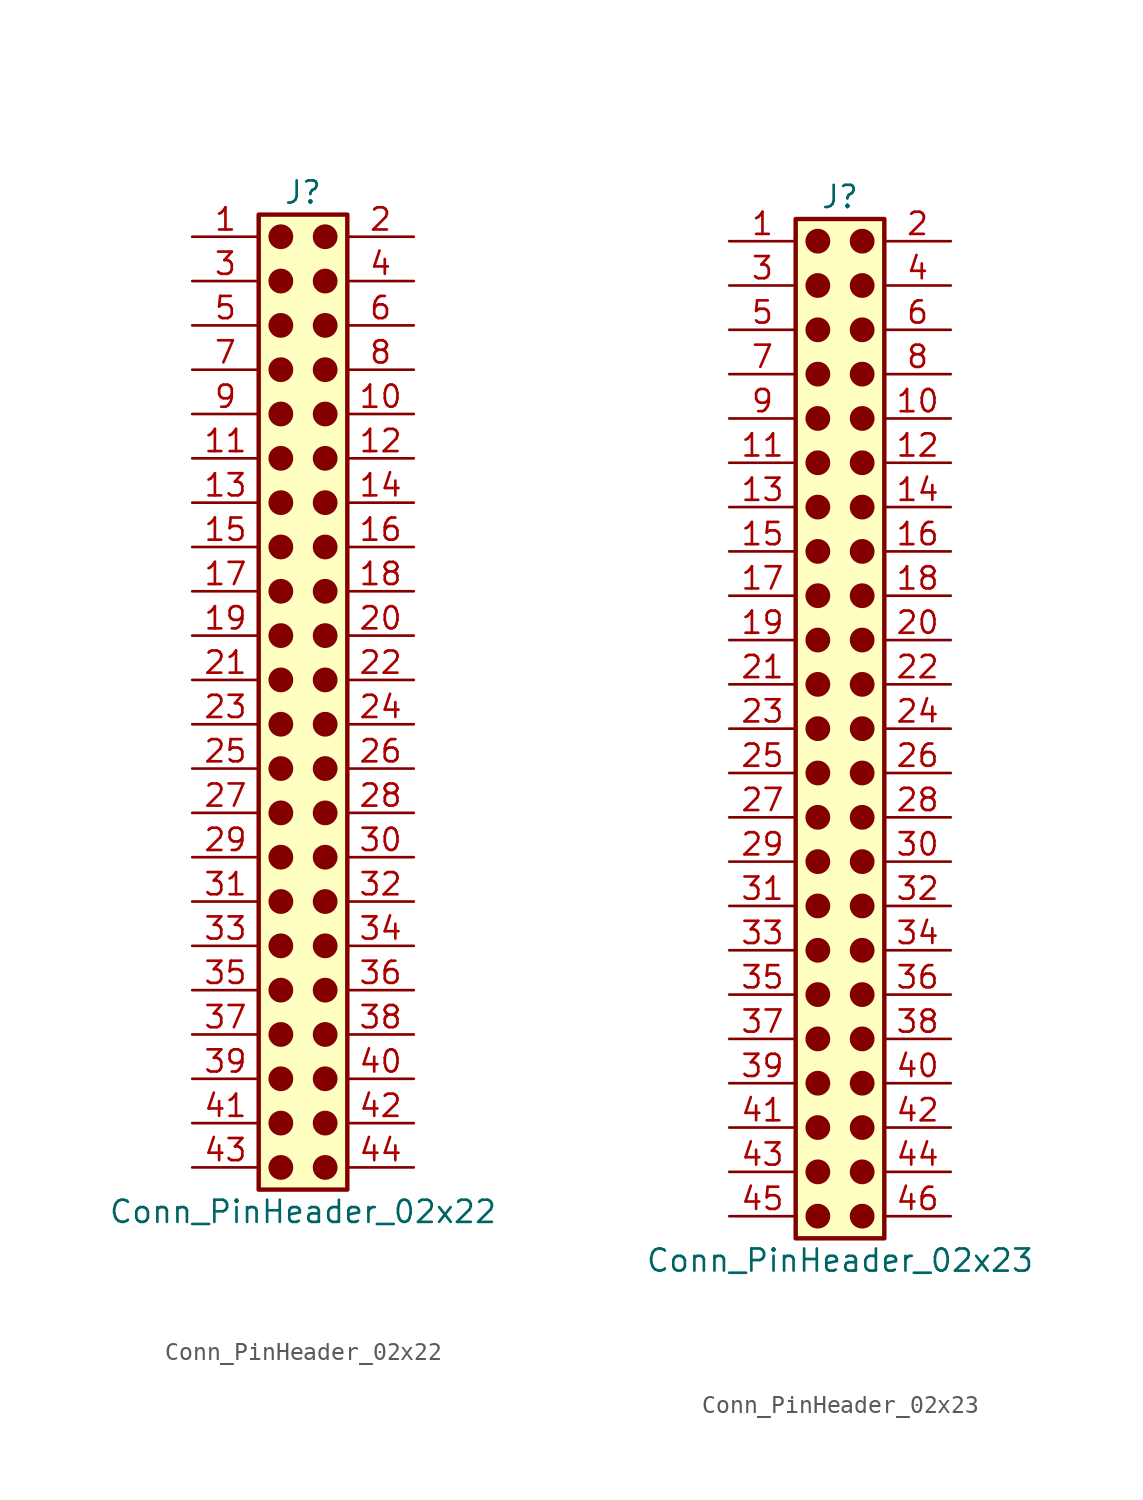
<source format=kicad_sym>
(kicad_symbol_lib
  (version 20241209)
  (generator "kicad_symbol_editor")
  (generator_version "9.0")
  (symbol "Conn_PinHeader_02x22"
    (pin_names
      (offset 1.016)
      (hide yes))
    (property "Reference" "J"
      (at 1.27 27.94 0)
      (effects (font (size 1.27 1.27))))
    (property "Value" "Conn_PinHeader_02x22"
      (at 1.27 -30.48 0)
      (effects (font (size 1.27 1.27))))
    (symbol "Conn_PinHeader_02x22_1_1"
      (rectangle (start -1.27 26.67) (end 3.81 -29.21) (stroke (width 0.254) (type default)) (fill (type background)))
      (circle (center 0 25.4) (radius 0.635) (stroke (width 0) (type solid) (color 132 0 0 1)) (fill (type outline)))
      (circle (center 0 22.86) (radius 0.635) (stroke (width 0) (type solid) (color 132 0 0 1)) (fill (type outline)))
      (circle (center 0 20.32) (radius 0.635) (stroke (width 0) (type solid) (color 132 0 0 1)) (fill (type outline)))
      (circle (center 0 17.78) (radius 0.635) (stroke (width 0) (type solid) (color 132 0 0 1)) (fill (type outline)))
      (circle (center 0 15.24) (radius 0.635) (stroke (width 0) (type solid) (color 132 0 0 1)) (fill (type outline)))
      (circle (center 0 12.7) (radius 0.635) (stroke (width 0) (type solid) (color 132 0 0 1)) (fill (type outline)))
      (circle (center 0 10.16) (radius 0.635) (stroke (width 0) (type solid) (color 132 0 0 1)) (fill (type outline)))
      (circle (center 0 7.62) (radius 0.635) (stroke (width 0) (type solid) (color 132 0 0 1)) (fill (type outline)))
      (circle (center 0 5.08) (radius 0.635) (stroke (width 0) (type solid) (color 132 0 0 1)) (fill (type outline)))
      (circle (center 0 2.54) (radius 0.635) (stroke (width 0) (type solid) (color 132 0 0 1)) (fill (type outline)))
      (circle (center 0 0) (radius 0.635) (stroke (width 0) (type solid) (color 132 0 0 1)) (fill (type outline)))
      (circle (center 0 -2.54) (radius 0.635) (stroke (width 0) (type solid) (color 132 0 0 1)) (fill (type outline)))
      (circle (center 0 -5.08) (radius 0.635) (stroke (width 0) (type solid) (color 132 0 0 1)) (fill (type outline)))
      (circle (center 0 -7.62) (radius 0.635) (stroke (width 0) (type solid) (color 132 0 0 1)) (fill (type outline)))
      (circle (center 0 -10.16) (radius 0.635) (stroke (width 0) (type solid) (color 132 0 0 1)) (fill (type outline)))
      (circle (center 0 -12.7) (radius 0.635) (stroke (width 0) (type solid) (color 132 0 0 1)) (fill (type outline)))
      (circle (center 0 -15.24) (radius 0.635) (stroke (width 0) (type solid) (color 132 0 0 1)) (fill (type outline)))
      (circle (center 0 -17.78) (radius 0.635) (stroke (width 0) (type solid) (color 132 0 0 1)) (fill (type outline)))
      (circle (center 0 -20.32) (radius 0.635) (stroke (width 0) (type solid) (color 132 0 0 1)) (fill (type outline)))
      (circle (center 0 -22.86) (radius 0.635) (stroke (width 0) (type solid) (color 132 0 0 1)) (fill (type outline)))
      (circle (center 0 -25.4) (radius 0.635) (stroke (width 0) (type solid) (color 132 0 0 1)) (fill (type outline)))
      (circle (center 0 -27.94) (radius 0.635) (stroke (width 0) (type solid) (color 132 0 0 1)) (fill (type outline)))
      (circle (center 2.54 25.4) (radius 0.635) (stroke (width 0) (type solid) (color 132 0 0 1)) (fill (type outline)))
      (circle (center 2.54 22.86) (radius 0.635) (stroke (width 0) (type solid) (color 132 0 0 1)) (fill (type outline)))
      (circle (center 2.54 20.32) (radius 0.635) (stroke (width 0) (type solid) (color 132 0 0 1)) (fill (type outline)))
      (circle (center 2.54 17.78) (radius 0.635) (stroke (width 0) (type solid) (color 132 0 0 1)) (fill (type outline)))
      (circle (center 2.54 15.24) (radius 0.635) (stroke (width 0) (type solid) (color 132 0 0 1)) (fill (type outline)))
      (circle (center 2.54 12.7) (radius 0.635) (stroke (width 0) (type solid) (color 132 0 0 1)) (fill (type outline)))
      (circle (center 2.54 10.16) (radius 0.635) (stroke (width 0) (type solid) (color 132 0 0 1)) (fill (type outline)))
      (circle (center 2.54 7.62) (radius 0.635) (stroke (width 0) (type solid) (color 132 0 0 1)) (fill (type outline)))
      (circle (center 2.54 5.08) (radius 0.635) (stroke (width 0) (type solid) (color 132 0 0 1)) (fill (type outline)))
      (circle (center 2.54 2.54) (radius 0.635) (stroke (width 0) (type solid) (color 132 0 0 1)) (fill (type outline)))
      (circle (center 2.54 0) (radius 0.635) (stroke (width 0) (type solid) (color 132 0 0 1)) (fill (type outline)))
      (circle (center 2.54 -2.54) (radius 0.635) (stroke (width 0) (type solid) (color 132 0 0 1)) (fill (type outline)))
      (circle (center 2.54 -5.08) (radius 0.635) (stroke (width 0) (type solid) (color 132 0 0 1)) (fill (type outline)))
      (circle (center 2.54 -7.62) (radius 0.635) (stroke (width 0) (type solid) (color 132 0 0 1)) (fill (type outline)))
      (circle (center 2.54 -10.16) (radius 0.635) (stroke (width 0) (type solid) (color 132 0 0 1)) (fill (type outline)))
      (circle (center 2.54 -12.7) (radius 0.635) (stroke (width 0) (type solid) (color 132 0 0 1)) (fill (type outline)))
      (circle (center 2.54 -15.24) (radius 0.635) (stroke (width 0) (type solid) (color 132 0 0 1)) (fill (type outline)))
      (circle (center 2.54 -17.78) (radius 0.635) (stroke (width 0) (type solid) (color 132 0 0 1)) (fill (type outline)))
      (circle (center 2.54 -20.32) (radius 0.635) (stroke (width 0) (type solid) (color 132 0 0 1)) (fill (type outline)))
      (circle (center 2.54 -22.86) (radius 0.635) (stroke (width 0) (type solid) (color 132 0 0 1)) (fill (type outline)))
      (circle (center 2.54 -25.4) (radius 0.635) (stroke (width 0) (type solid) (color 132 0 0 1)) (fill (type outline)))
      (circle (center 2.54 -27.94) (radius 0.635) (stroke (width 0) (type solid) (color 132 0 0 1)) (fill (type outline)))
      (pin passive line (at -5.08 25.4 0) (length 3.81) (name "Pin_1" (effects (font (size 1.27 1.27)))) (number "1" (effects (font (size 1.27 1.27)))))
      (pin passive line (at -5.08 22.86 0) (length 3.81) (name "Pin_3" (effects (font (size 1.27 1.27)))) (number "3" (effects (font (size 1.27 1.27)))))
      (pin passive line (at -5.08 20.32 0) (length 3.81) (name "Pin_5" (effects (font (size 1.27 1.27)))) (number "5" (effects (font (size 1.27 1.27)))))
      (pin passive line (at -5.08 17.78 0) (length 3.81) (name "Pin_7" (effects (font (size 1.27 1.27)))) (number "7" (effects (font (size 1.27 1.27)))))
      (pin passive line (at -5.08 15.24 0) (length 3.81) (name "Pin_9" (effects (font (size 1.27 1.27)))) (number "9" (effects (font (size 1.27 1.27)))))
      (pin passive line (at -5.08 12.7 0) (length 3.81) (name "Pin_11" (effects (font (size 1.27 1.27)))) (number "11" (effects (font (size 1.27 1.27)))))
      (pin passive line (at -5.08 10.16 0) (length 3.81) (name "Pin_13" (effects (font (size 1.27 1.27)))) (number "13" (effects (font (size 1.27 1.27)))))
      (pin passive line (at -5.08 7.62 0) (length 3.81) (name "Pin_15" (effects (font (size 1.27 1.27)))) (number "15" (effects (font (size 1.27 1.27)))))
      (pin passive line (at -5.08 5.08 0) (length 3.81) (name "Pin_17" (effects (font (size 1.27 1.27)))) (number "17" (effects (font (size 1.27 1.27)))))
      (pin passive line (at -5.08 2.54 0) (length 3.81) (name "Pin_19" (effects (font (size 1.27 1.27)))) (number "19" (effects (font (size 1.27 1.27)))))
      (pin passive line (at -5.08 0 0) (length 3.81) (name "Pin_21" (effects (font (size 1.27 1.27)))) (number "21" (effects (font (size 1.27 1.27)))))
      (pin passive line (at -5.08 -2.54 0) (length 3.81) (name "Pin_23" (effects (font (size 1.27 1.27)))) (number "23" (effects (font (size 1.27 1.27)))))
      (pin passive line (at -5.08 -5.08 0) (length 3.81) (name "Pin_25" (effects (font (size 1.27 1.27)))) (number "25" (effects (font (size 1.27 1.27)))))
      (pin passive line (at -5.08 -7.62 0) (length 3.81) (name "Pin_27" (effects (font (size 1.27 1.27)))) (number "27" (effects (font (size 1.27 1.27)))))
      (pin passive line (at -5.08 -10.16 0) (length 3.81) (name "Pin_29" (effects (font (size 1.27 1.27)))) (number "29" (effects (font (size 1.27 1.27)))))
      (pin passive line (at -5.08 -12.7 0) (length 3.81) (name "Pin_31" (effects (font (size 1.27 1.27)))) (number "31" (effects (font (size 1.27 1.27)))))
      (pin passive line (at -5.08 -15.24 0) (length 3.81) (name "Pin_33" (effects (font (size 1.27 1.27)))) (number "33" (effects (font (size 1.27 1.27)))))
      (pin passive line (at -5.08 -17.78 0) (length 3.81) (name "Pin_35" (effects (font (size 1.27 1.27)))) (number "35" (effects (font (size 1.27 1.27)))))
      (pin passive line (at -5.08 -20.32 0) (length 3.81) (name "Pin_37" (effects (font (size 1.27 1.27)))) (number "37" (effects (font (size 1.27 1.27)))))
      (pin passive line (at -5.08 -22.86 0) (length 3.81) (name "Pin_39" (effects (font (size 1.27 1.27)))) (number "39" (effects (font (size 1.27 1.27)))))
      (pin passive line (at -5.08 -25.4 0) (length 3.81) (name "Pin_41" (effects (font (size 1.27 1.27)))) (number "41" (effects (font (size 1.27 1.27)))))
      (pin passive line (at -5.08 -27.94 0) (length 3.81) (name "Pin_43" (effects (font (size 1.27 1.27)))) (number "43" (effects (font (size 1.27 1.27)))))
      (pin passive line (at 7.62 25.4 180) (length 3.81) (name "Pin_2" (effects (font (size 1.27 1.27)))) (number "2" (effects (font (size 1.27 1.27)))))
      (pin passive line (at 7.62 22.86 180) (length 3.81) (name "Pin_4" (effects (font (size 1.27 1.27)))) (number "4" (effects (font (size 1.27 1.27)))))
      (pin passive line (at 7.62 20.32 180) (length 3.81) (name "Pin_6" (effects (font (size 1.27 1.27)))) (number "6" (effects (font (size 1.27 1.27)))))
      (pin passive line (at 7.62 17.78 180) (length 3.81) (name "Pin_8" (effects (font (size 1.27 1.27)))) (number "8" (effects (font (size 1.27 1.27)))))
      (pin passive line (at 7.62 15.24 180) (length 3.81) (name "Pin_10" (effects (font (size 1.27 1.27)))) (number "10" (effects (font (size 1.27 1.27)))))
      (pin passive line (at 7.62 12.7 180) (length 3.81) (name "Pin_12" (effects (font (size 1.27 1.27)))) (number "12" (effects (font (size 1.27 1.27)))))
      (pin passive line (at 7.62 10.16 180) (length 3.81) (name "Pin_14" (effects (font (size 1.27 1.27)))) (number "14" (effects (font (size 1.27 1.27)))))
      (pin passive line (at 7.62 7.62 180) (length 3.81) (name "Pin_16" (effects (font (size 1.27 1.27)))) (number "16" (effects (font (size 1.27 1.27)))))
      (pin passive line (at 7.62 5.08 180) (length 3.81) (name "Pin_18" (effects (font (size 1.27 1.27)))) (number "18" (effects (font (size 1.27 1.27)))))
      (pin passive line (at 7.62 2.54 180) (length 3.81) (name "Pin_20" (effects (font (size 1.27 1.27)))) (number "20" (effects (font (size 1.27 1.27)))))
      (pin passive line (at 7.62 0 180) (length 3.81) (name "Pin_22" (effects (font (size 1.27 1.27)))) (number "22" (effects (font (size 1.27 1.27)))))
      (pin passive line (at 7.62 -2.54 180) (length 3.81) (name "Pin_24" (effects (font (size 1.27 1.27)))) (number "24" (effects (font (size 1.27 1.27)))))
      (pin passive line (at 7.62 -5.08 180) (length 3.81) (name "Pin_26" (effects (font (size 1.27 1.27)))) (number "26" (effects (font (size 1.27 1.27)))))
      (pin passive line (at 7.62 -7.62 180) (length 3.81) (name "Pin_28" (effects (font (size 1.27 1.27)))) (number "28" (effects (font (size 1.27 1.27)))))
      (pin passive line (at 7.62 -10.16 180) (length 3.81) (name "Pin_30" (effects (font (size 1.27 1.27)))) (number "30" (effects (font (size 1.27 1.27)))))
      (pin passive line (at 7.62 -12.7 180) (length 3.81) (name "Pin_32" (effects (font (size 1.27 1.27)))) (number "32" (effects (font (size 1.27 1.27)))))
      (pin passive line (at 7.62 -15.24 180) (length 3.81) (name "Pin_34" (effects (font (size 1.27 1.27)))) (number "34" (effects (font (size 1.27 1.27)))))
      (pin passive line (at 7.62 -17.78 180) (length 3.81) (name "Pin_36" (effects (font (size 1.27 1.27)))) (number "36" (effects (font (size 1.27 1.27)))))
      (pin passive line (at 7.62 -20.32 180) (length 3.81) (name "Pin_38" (effects (font (size 1.27 1.27)))) (number "38" (effects (font (size 1.27 1.27)))))
      (pin passive line (at 7.62 -22.86 180) (length 3.81) (name "Pin_40" (effects (font (size 1.27 1.27)))) (number "40" (effects (font (size 1.27 1.27)))))
      (pin passive line (at 7.62 -25.4 180) (length 3.81) (name "Pin_42" (effects (font (size 1.27 1.27)))) (number "42" (effects (font (size 1.27 1.27)))))
      (pin passive line (at 7.62 -27.94 180) (length 3.81) (name "Pin_44" (effects (font (size 1.27 1.27)))) (number "44" (effects (font (size 1.27 1.27)))))))
  (symbol "Conn_PinHeader_02x23"
    (pin_names
      (offset 1.016)
      (hide yes))
    (property "Reference" "J"
      (at 1.27 30.48 0)
      (effects (font (size 1.27 1.27))))
    (property "Value" "Conn_PinHeader_02x23"
      (at 1.27 -30.48 0)
      (effects (font (size 1.27 1.27))))
    (symbol "Conn_PinHeader_02x23_1_1"
      (rectangle (start -1.27 29.21) (end 3.81 -29.21) (stroke (width 0.254) (type default)) (fill (type background)))
      (circle (center 0 27.94) (radius 0.635) (stroke (width 0) (type solid) (color 132 0 0 1)) (fill (type outline)))
      (circle (center 0 25.4) (radius 0.635) (stroke (width 0) (type solid) (color 132 0 0 1)) (fill (type outline)))
      (circle (center 0 22.86) (radius 0.635) (stroke (width 0) (type solid) (color 132 0 0 1)) (fill (type outline)))
      (circle (center 0 20.32) (radius 0.635) (stroke (width 0) (type solid) (color 132 0 0 1)) (fill (type outline)))
      (circle (center 0 17.78) (radius 0.635) (stroke (width 0) (type solid) (color 132 0 0 1)) (fill (type outline)))
      (circle (center 0 15.24) (radius 0.635) (stroke (width 0) (type solid) (color 132 0 0 1)) (fill (type outline)))
      (circle (center 0 12.7) (radius 0.635) (stroke (width 0) (type solid) (color 132 0 0 1)) (fill (type outline)))
      (circle (center 0 10.16) (radius 0.635) (stroke (width 0) (type solid) (color 132 0 0 1)) (fill (type outline)))
      (circle (center 0 7.62) (radius 0.635) (stroke (width 0) (type solid) (color 132 0 0 1)) (fill (type outline)))
      (circle (center 0 5.08) (radius 0.635) (stroke (width 0) (type solid) (color 132 0 0 1)) (fill (type outline)))
      (circle (center 0 2.54) (radius 0.635) (stroke (width 0) (type solid) (color 132 0 0 1)) (fill (type outline)))
      (circle (center 0 0) (radius 0.635) (stroke (width 0) (type solid) (color 132 0 0 1)) (fill (type outline)))
      (circle (center 0 -2.54) (radius 0.635) (stroke (width 0) (type solid) (color 132 0 0 1)) (fill (type outline)))
      (circle (center 0 -5.08) (radius 0.635) (stroke (width 0) (type solid) (color 132 0 0 1)) (fill (type outline)))
      (circle (center 0 -7.62) (radius 0.635) (stroke (width 0) (type solid) (color 132 0 0 1)) (fill (type outline)))
      (circle (center 0 -10.16) (radius 0.635) (stroke (width 0) (type solid) (color 132 0 0 1)) (fill (type outline)))
      (circle (center 0 -12.7) (radius 0.635) (stroke (width 0) (type solid) (color 132 0 0 1)) (fill (type outline)))
      (circle (center 0 -15.24) (radius 0.635) (stroke (width 0) (type solid) (color 132 0 0 1)) (fill (type outline)))
      (circle (center 0 -17.78) (radius 0.635) (stroke (width 0) (type solid) (color 132 0 0 1)) (fill (type outline)))
      (circle (center 0 -20.32) (radius 0.635) (stroke (width 0) (type solid) (color 132 0 0 1)) (fill (type outline)))
      (circle (center 0 -22.86) (radius 0.635) (stroke (width 0) (type solid) (color 132 0 0 1)) (fill (type outline)))
      (circle (center 0 -25.4) (radius 0.635) (stroke (width 0) (type solid) (color 132 0 0 1)) (fill (type outline)))
      (circle (center 0 -27.94) (radius 0.635) (stroke (width 0) (type solid) (color 132 0 0 1)) (fill (type outline)))
      (circle (center 2.54 27.94) (radius 0.635) (stroke (width 0) (type solid) (color 132 0 0 1)) (fill (type outline)))
      (circle (center 2.54 25.4) (radius 0.635) (stroke (width 0) (type solid) (color 132 0 0 1)) (fill (type outline)))
      (circle (center 2.54 22.86) (radius 0.635) (stroke (width 0) (type solid) (color 132 0 0 1)) (fill (type outline)))
      (circle (center 2.54 20.32) (radius 0.635) (stroke (width 0) (type solid) (color 132 0 0 1)) (fill (type outline)))
      (circle (center 2.54 17.78) (radius 0.635) (stroke (width 0) (type solid) (color 132 0 0 1)) (fill (type outline)))
      (circle (center 2.54 15.24) (radius 0.635) (stroke (width 0) (type solid) (color 132 0 0 1)) (fill (type outline)))
      (circle (center 2.54 12.7) (radius 0.635) (stroke (width 0) (type solid) (color 132 0 0 1)) (fill (type outline)))
      (circle (center 2.54 10.16) (radius 0.635) (stroke (width 0) (type solid) (color 132 0 0 1)) (fill (type outline)))
      (circle (center 2.54 7.62) (radius 0.635) (stroke (width 0) (type solid) (color 132 0 0 1)) (fill (type outline)))
      (circle (center 2.54 5.08) (radius 0.635) (stroke (width 0) (type solid) (color 132 0 0 1)) (fill (type outline)))
      (circle (center 2.54 2.54) (radius 0.635) (stroke (width 0) (type solid) (color 132 0 0 1)) (fill (type outline)))
      (circle (center 2.54 0) (radius 0.635) (stroke (width 0) (type solid) (color 132 0 0 1)) (fill (type outline)))
      (circle (center 2.54 -2.54) (radius 0.635) (stroke (width 0) (type solid) (color 132 0 0 1)) (fill (type outline)))
      (circle (center 2.54 -5.08) (radius 0.635) (stroke (width 0) (type solid) (color 132 0 0 1)) (fill (type outline)))
      (circle (center 2.54 -7.62) (radius 0.635) (stroke (width 0) (type solid) (color 132 0 0 1)) (fill (type outline)))
      (circle (center 2.54 -10.16) (radius 0.635) (stroke (width 0) (type solid) (color 132 0 0 1)) (fill (type outline)))
      (circle (center 2.54 -12.7) (radius 0.635) (stroke (width 0) (type solid) (color 132 0 0 1)) (fill (type outline)))
      (circle (center 2.54 -15.24) (radius 0.635) (stroke (width 0) (type solid) (color 132 0 0 1)) (fill (type outline)))
      (circle (center 2.54 -17.78) (radius 0.635) (stroke (width 0) (type solid) (color 132 0 0 1)) (fill (type outline)))
      (circle (center 2.54 -20.32) (radius 0.635) (stroke (width 0) (type solid) (color 132 0 0 1)) (fill (type outline)))
      (circle (center 2.54 -22.86) (radius 0.635) (stroke (width 0) (type solid) (color 132 0 0 1)) (fill (type outline)))
      (circle (center 2.54 -25.4) (radius 0.635) (stroke (width 0) (type solid) (color 132 0 0 1)) (fill (type outline)))
      (circle (center 2.54 -27.94) (radius 0.635) (stroke (width 0) (type solid) (color 132 0 0 1)) (fill (type outline)))
      (pin passive line (at -5.08 27.94 0) (length 3.81) (name "Pin_1" (effects (font (size 1.27 1.27)))) (number "1" (effects (font (size 1.27 1.27)))))
      (pin passive line (at -5.08 25.4 0) (length 3.81) (name "Pin_3" (effects (font (size 1.27 1.27)))) (number "3" (effects (font (size 1.27 1.27)))))
      (pin passive line (at -5.08 22.86 0) (length 3.81) (name "Pin_5" (effects (font (size 1.27 1.27)))) (number "5" (effects (font (size 1.27 1.27)))))
      (pin passive line (at -5.08 20.32 0) (length 3.81) (name "Pin_7" (effects (font (size 1.27 1.27)))) (number "7" (effects (font (size 1.27 1.27)))))
      (pin passive line (at -5.08 17.78 0) (length 3.81) (name "Pin_9" (effects (font (size 1.27 1.27)))) (number "9" (effects (font (size 1.27 1.27)))))
      (pin passive line (at -5.08 15.24 0) (length 3.81) (name "Pin_11" (effects (font (size 1.27 1.27)))) (number "11" (effects (font (size 1.27 1.27)))))
      (pin passive line (at -5.08 12.7 0) (length 3.81) (name "Pin_13" (effects (font (size 1.27 1.27)))) (number "13" (effects (font (size 1.27 1.27)))))
      (pin passive line (at -5.08 10.16 0) (length 3.81) (name "Pin_15" (effects (font (size 1.27 1.27)))) (number "15" (effects (font (size 1.27 1.27)))))
      (pin passive line (at -5.08 7.62 0) (length 3.81) (name "Pin_17" (effects (font (size 1.27 1.27)))) (number "17" (effects (font (size 1.27 1.27)))))
      (pin passive line (at -5.08 5.08 0) (length 3.81) (name "Pin_19" (effects (font (size 1.27 1.27)))) (number "19" (effects (font (size 1.27 1.27)))))
      (pin passive line (at -5.08 2.54 0) (length 3.81) (name "Pin_21" (effects (font (size 1.27 1.27)))) (number "21" (effects (font (size 1.27 1.27)))))
      (pin passive line (at -5.08 0 0) (length 3.81) (name "Pin_23" (effects (font (size 1.27 1.27)))) (number "23" (effects (font (size 1.27 1.27)))))
      (pin passive line (at -5.08 -2.54 0) (length 3.81) (name "Pin_25" (effects (font (size 1.27 1.27)))) (number "25" (effects (font (size 1.27 1.27)))))
      (pin passive line (at -5.08 -5.08 0) (length 3.81) (name "Pin_27" (effects (font (size 1.27 1.27)))) (number "27" (effects (font (size 1.27 1.27)))))
      (pin passive line (at -5.08 -7.62 0) (length 3.81) (name "Pin_29" (effects (font (size 1.27 1.27)))) (number "29" (effects (font (size 1.27 1.27)))))
      (pin passive line (at -5.08 -10.16 0) (length 3.81) (name "Pin_31" (effects (font (size 1.27 1.27)))) (number "31" (effects (font (size 1.27 1.27)))))
      (pin passive line (at -5.08 -12.7 0) (length 3.81) (name "Pin_33" (effects (font (size 1.27 1.27)))) (number "33" (effects (font (size 1.27 1.27)))))
      (pin passive line (at -5.08 -15.24 0) (length 3.81) (name "Pin_35" (effects (font (size 1.27 1.27)))) (number "35" (effects (font (size 1.27 1.27)))))
      (pin passive line (at -5.08 -17.78 0) (length 3.81) (name "Pin_37" (effects (font (size 1.27 1.27)))) (number "37" (effects (font (size 1.27 1.27)))))
      (pin passive line (at -5.08 -20.32 0) (length 3.81) (name "Pin_39" (effects (font (size 1.27 1.27)))) (number "39" (effects (font (size 1.27 1.27)))))
      (pin passive line (at -5.08 -22.86 0) (length 3.81) (name "Pin_41" (effects (font (size 1.27 1.27)))) (number "41" (effects (font (size 1.27 1.27)))))
      (pin passive line (at -5.08 -25.4 0) (length 3.81) (name "Pin_43" (effects (font (size 1.27 1.27)))) (number "43" (effects (font (size 1.27 1.27)))))
      (pin passive line (at -5.08 -27.94 0) (length 3.81) (name "Pin_45" (effects (font (size 1.27 1.27)))) (number "45" (effects (font (size 1.27 1.27)))))
      (pin passive line (at 7.62 27.94 180) (length 3.81) (name "Pin_2" (effects (font (size 1.27 1.27)))) (number "2" (effects (font (size 1.27 1.27)))))
      (pin passive line (at 7.62 25.4 180) (length 3.81) (name "Pin_4" (effects (font (size 1.27 1.27)))) (number "4" (effects (font (size 1.27 1.27)))))
      (pin passive line (at 7.62 22.86 180) (length 3.81) (name "Pin_6" (effects (font (size 1.27 1.27)))) (number "6" (effects (font (size 1.27 1.27)))))
      (pin passive line (at 7.62 20.32 180) (length 3.81) (name "Pin_8" (effects (font (size 1.27 1.27)))) (number "8" (effects (font (size 1.27 1.27)))))
      (pin passive line (at 7.62 17.78 180) (length 3.81) (name "Pin_10" (effects (font (size 1.27 1.27)))) (number "10" (effects (font (size 1.27 1.27)))))
      (pin passive line (at 7.62 15.24 180) (length 3.81) (name "Pin_12" (effects (font (size 1.27 1.27)))) (number "12" (effects (font (size 1.27 1.27)))))
      (pin passive line (at 7.62 12.7 180) (length 3.81) (name "Pin_14" (effects (font (size 1.27 1.27)))) (number "14" (effects (font (size 1.27 1.27)))))
      (pin passive line (at 7.62 10.16 180) (length 3.81) (name "Pin_16" (effects (font (size 1.27 1.27)))) (number "16" (effects (font (size 1.27 1.27)))))
      (pin passive line (at 7.62 7.62 180) (length 3.81) (name "Pin_18" (effects (font (size 1.27 1.27)))) (number "18" (effects (font (size 1.27 1.27)))))
      (pin passive line (at 7.62 5.08 180) (length 3.81) (name "Pin_20" (effects (font (size 1.27 1.27)))) (number "20" (effects (font (size 1.27 1.27)))))
      (pin passive line (at 7.62 2.54 180) (length 3.81) (name "Pin_22" (effects (font (size 1.27 1.27)))) (number "22" (effects (font (size 1.27 1.27)))))
      (pin passive line (at 7.62 0 180) (length 3.81) (name "Pin_24" (effects (font (size 1.27 1.27)))) (number "24" (effects (font (size 1.27 1.27)))))
      (pin passive line (at 7.62 -2.54 180) (length 3.81) (name "Pin_26" (effects (font (size 1.27 1.27)))) (number "26" (effects (font (size 1.27 1.27)))))
      (pin passive line (at 7.62 -5.08 180) (length 3.81) (name "Pin_28" (effects (font (size 1.27 1.27)))) (number "28" (effects (font (size 1.27 1.27)))))
      (pin passive line (at 7.62 -7.62 180) (length 3.81) (name "Pin_30" (effects (font (size 1.27 1.27)))) (number "30" (effects (font (size 1.27 1.27)))))
      (pin passive line (at 7.62 -10.16 180) (length 3.81) (name "Pin_32" (effects (font (size 1.27 1.27)))) (number "32" (effects (font (size 1.27 1.27)))))
      (pin passive line (at 7.62 -12.7 180) (length 3.81) (name "Pin_34" (effects (font (size 1.27 1.27)))) (number "34" (effects (font (size 1.27 1.27)))))
      (pin passive line (at 7.62 -15.24 180) (length 3.81) (name "Pin_36" (effects (font (size 1.27 1.27)))) (number "36" (effects (font (size 1.27 1.27)))))
      (pin passive line (at 7.62 -17.78 180) (length 3.81) (name "Pin_38" (effects (font (size 1.27 1.27)))) (number "38" (effects (font (size 1.27 1.27)))))
      (pin passive line (at 7.62 -20.32 180) (length 3.81) (name "Pin_40" (effects (font (size 1.27 1.27)))) (number "40" (effects (font (size 1.27 1.27)))))
      (pin passive line (at 7.62 -22.86 180) (length 3.81) (name "Pin_42" (effects (font (size 1.27 1.27)))) (number "42" (effects (font (size 1.27 1.27)))))
      (pin passive line (at 7.62 -25.4 180) (length 3.81) (name "Pin_44" (effects (font (size 1.27 1.27)))) (number "44" (effects (font (size 1.27 1.27)))))
      (pin passive line (at 7.62 -27.94 180) (length 3.81) (name "Pin_46" (effects (font (size 1.27 1.27)))) (number "46" (effects (font (size 1.27 1.27))))))))
</source>
